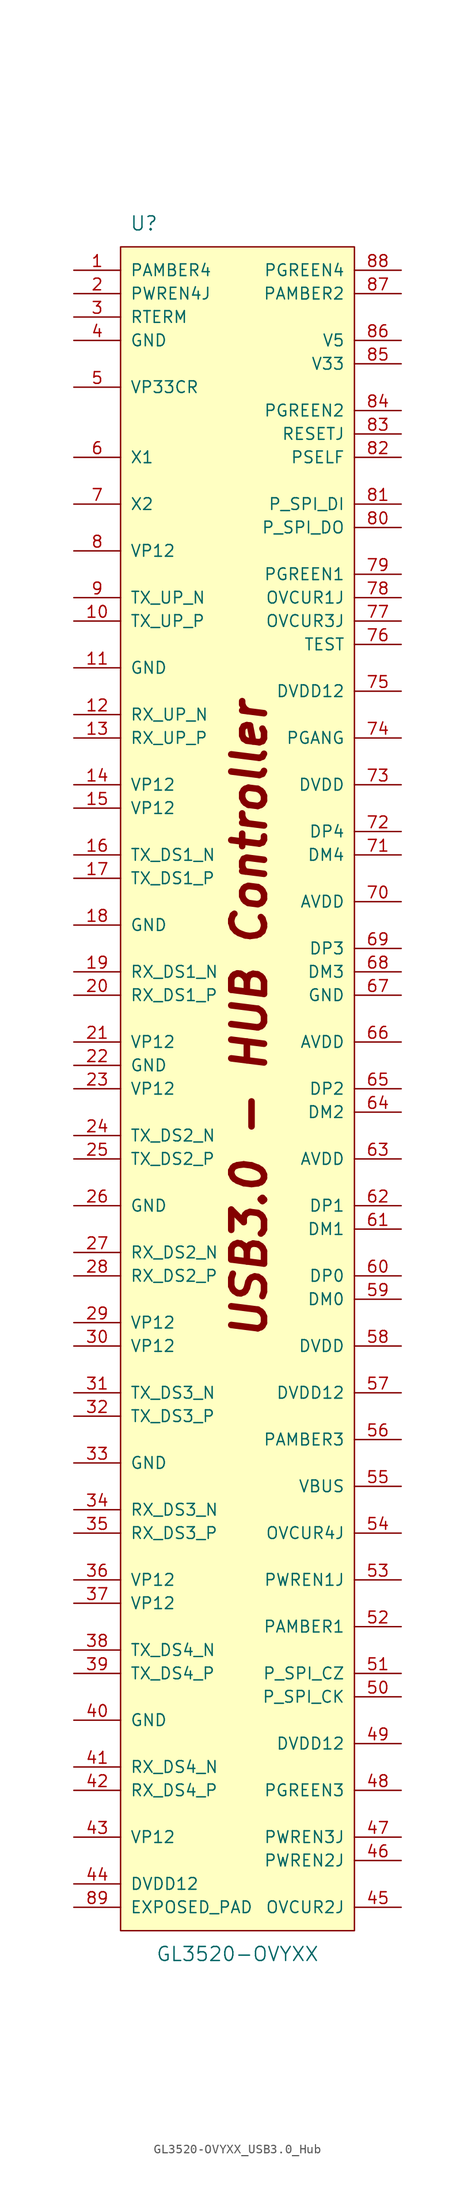
<source format=kicad_sym>
(kicad_symbol_lib
  (version 20220914)
  (generator kicad_symbol_editor)
  (symbol "GL3520-OVYXX_USB3.0_Hub"
    (pin_names
      (offset 1.016))
    (property "Reference" "U"
      (at -10.16 86.36 0)
      (effects (font (size 1.524 1.524))))
    (property "Value" "GL3520-OVYXX"
      (at 0 -101.6 0)
      (effects (font (size 1.524 1.524))))
    (symbol "GL3520-OVYXX_USB3.0_Hub_0_1"
      (rectangle (start -12.7 83.82) (end 12.7 -99.06) (stroke (width 0) (type solid)) (fill (type background))))
    (symbol "GL3520-OVYXX_USB3.0_Hub_1_0"
      (text "USB3.0 - HUB Controller" (at 1.27 0 900) (effects (font (size 3.556 3.556) bold italic))))
    (symbol "GL3520-OVYXX_USB3.0_Hub_1_1"
      (pin bidirectional line (at -17.78 81.28 0) (length 5.08) (name "PAMBER4" (effects (font (size 1.27 1.27)))) (number "1" (effects (font (size 1.27 1.27)))))
      (pin output line (at -17.78 43.18 0) (length 5.08) (name "TX_UP_P" (effects (font (size 1.27 1.27)))) (number "10" (effects (font (size 1.27 1.27)))))
      (pin power_in line (at -17.78 38.1 0) (length 5.08) (name "GND" (effects (font (size 1.27 1.27)))) (number "11" (effects (font (size 1.27 1.27)))))
      (pin input line (at -17.78 33.02 0) (length 5.08) (name "RX_UP_N" (effects (font (size 1.27 1.27)))) (number "12" (effects (font (size 1.27 1.27)))))
      (pin input line (at -17.78 30.48 0) (length 5.08) (name "RX_UP_P" (effects (font (size 1.27 1.27)))) (number "13" (effects (font (size 1.27 1.27)))))
      (pin power_in line (at -17.78 25.4 0) (length 5.08) (name "VP12" (effects (font (size 1.27 1.27)))) (number "14" (effects (font (size 1.27 1.27)))))
      (pin power_in line (at -17.78 22.86 0) (length 5.08) (name "VP12" (effects (font (size 1.27 1.27)))) (number "15" (effects (font (size 1.27 1.27)))))
      (pin output line (at -17.78 17.78 0) (length 5.08) (name "TX_DS1_N" (effects (font (size 1.27 1.27)))) (number "16" (effects (font (size 1.27 1.27)))))
      (pin output line (at -17.78 15.24 0) (length 5.08) (name "TX_DS1_P" (effects (font (size 1.27 1.27)))) (number "17" (effects (font (size 1.27 1.27)))))
      (pin power_in line (at -17.78 10.16 0) (length 5.08) (name "GND" (effects (font (size 1.27 1.27)))) (number "18" (effects (font (size 1.27 1.27)))))
      (pin input line (at -17.78 5.08 0) (length 5.08) (name "RX_DS1_N" (effects (font (size 1.27 1.27)))) (number "19" (effects (font (size 1.27 1.27)))))
      (pin bidirectional line (at -17.78 78.74 0) (length 5.08) (name "PWREN4J" (effects (font (size 1.27 1.27)))) (number "2" (effects (font (size 1.27 1.27)))))
      (pin input line (at -17.78 2.54 0) (length 5.08) (name "RX_DS1_P" (effects (font (size 1.27 1.27)))) (number "20" (effects (font (size 1.27 1.27)))))
      (pin power_in line (at -17.78 -2.54 0) (length 5.08) (name "VP12" (effects (font (size 1.27 1.27)))) (number "21" (effects (font (size 1.27 1.27)))))
      (pin power_in line (at -17.78 -5.08 0) (length 5.08) (name "GND" (effects (font (size 1.27 1.27)))) (number "22" (effects (font (size 1.27 1.27)))))
      (pin power_in line (at -17.78 -7.62 0) (length 5.08) (name "VP12" (effects (font (size 1.27 1.27)))) (number "23" (effects (font (size 1.27 1.27)))))
      (pin output line (at -17.78 -12.7 0) (length 5.08) (name "TX_DS2_N" (effects (font (size 1.27 1.27)))) (number "24" (effects (font (size 1.27 1.27)))))
      (pin output line (at -17.78 -15.24 0) (length 5.08) (name "TX_DS2_P" (effects (font (size 1.27 1.27)))) (number "25" (effects (font (size 1.27 1.27)))))
      (pin power_in line (at -17.78 -20.32 0) (length 5.08) (name "GND" (effects (font (size 1.27 1.27)))) (number "26" (effects (font (size 1.27 1.27)))))
      (pin input line (at -17.78 -25.4 0) (length 5.08) (name "RX_DS2_N" (effects (font (size 1.27 1.27)))) (number "27" (effects (font (size 1.27 1.27)))))
      (pin input line (at -17.78 -27.94 0) (length 5.08) (name "RX_DS2_P" (effects (font (size 1.27 1.27)))) (number "28" (effects (font (size 1.27 1.27)))))
      (pin power_in line (at -17.78 -33.02 0) (length 5.08) (name "VP12" (effects (font (size 1.27 1.27)))) (number "29" (effects (font (size 1.27 1.27)))))
      (pin input line (at -17.78 76.2 0) (length 5.08) (name "RTERM" (effects (font (size 1.27 1.27)))) (number "3" (effects (font (size 1.27 1.27)))))
      (pin power_in line (at -17.78 -35.56 0) (length 5.08) (name "VP12" (effects (font (size 1.27 1.27)))) (number "30" (effects (font (size 1.27 1.27)))))
      (pin output line (at -17.78 -40.64 0) (length 5.08) (name "TX_DS3_N" (effects (font (size 1.27 1.27)))) (number "31" (effects (font (size 1.27 1.27)))))
      (pin output line (at -17.78 -43.18 0) (length 5.08) (name "TX_DS3_P" (effects (font (size 1.27 1.27)))) (number "32" (effects (font (size 1.27 1.27)))))
      (pin power_in line (at -17.78 -48.26 0) (length 5.08) (name "GND" (effects (font (size 1.27 1.27)))) (number "33" (effects (font (size 1.27 1.27)))))
      (pin input line (at -17.78 -53.34 0) (length 5.08) (name "RX_DS3_N" (effects (font (size 1.27 1.27)))) (number "34" (effects (font (size 1.27 1.27)))))
      (pin input line (at -17.78 -55.88 0) (length 5.08) (name "RX_DS3_P" (effects (font (size 1.27 1.27)))) (number "35" (effects (font (size 1.27 1.27)))))
      (pin power_in line (at -17.78 -60.96 0) (length 5.08) (name "VP12" (effects (font (size 1.27 1.27)))) (number "36" (effects (font (size 1.27 1.27)))))
      (pin power_in line (at -17.78 -63.5 0) (length 5.08) (name "VP12" (effects (font (size 1.27 1.27)))) (number "37" (effects (font (size 1.27 1.27)))))
      (pin output line (at -17.78 -68.58 0) (length 5.08) (name "TX_DS4_N" (effects (font (size 1.27 1.27)))) (number "38" (effects (font (size 1.27 1.27)))))
      (pin output line (at -17.78 -71.12 0) (length 5.08) (name "TX_DS4_P" (effects (font (size 1.27 1.27)))) (number "39" (effects (font (size 1.27 1.27)))))
      (pin power_in line (at -17.78 73.66 0) (length 5.08) (name "GND" (effects (font (size 1.27 1.27)))) (number "4" (effects (font (size 1.27 1.27)))))
      (pin power_in line (at -17.78 -76.2 0) (length 5.08) (name "GND" (effects (font (size 1.27 1.27)))) (number "40" (effects (font (size 1.27 1.27)))))
      (pin input line (at -17.78 -81.28 0) (length 5.08) (name "RX_DS4_N" (effects (font (size 1.27 1.27)))) (number "41" (effects (font (size 1.27 1.27)))))
      (pin input line (at -17.78 -83.82 0) (length 5.08) (name "RX_DS4_P" (effects (font (size 1.27 1.27)))) (number "42" (effects (font (size 1.27 1.27)))))
      (pin power_in line (at -17.78 -88.9 0) (length 5.08) (name "VP12" (effects (font (size 1.27 1.27)))) (number "43" (effects (font (size 1.27 1.27)))))
      (pin power_in line (at -17.78 -93.98 0) (length 5.08) (name "DVDD12" (effects (font (size 1.27 1.27)))) (number "44" (effects (font (size 1.27 1.27)))))
      (pin input line (at 17.78 -96.52 180) (length 5.08) (name "OVCUR2J" (effects (font (size 1.27 1.27)))) (number "45" (effects (font (size 1.27 1.27)))))
      (pin bidirectional line (at 17.78 -91.44 180) (length 5.08) (name "PWREN2J" (effects (font (size 1.27 1.27)))) (number "46" (effects (font (size 1.27 1.27)))))
      (pin bidirectional line (at 17.78 -88.9 180) (length 5.08) (name "PWREN3J" (effects (font (size 1.27 1.27)))) (number "47" (effects (font (size 1.27 1.27)))))
      (pin bidirectional line (at 17.78 -83.82 180) (length 5.08) (name "PGREEN3" (effects (font (size 1.27 1.27)))) (number "48" (effects (font (size 1.27 1.27)))))
      (pin power_in line (at 17.78 -78.74 180) (length 5.08) (name "DVDD12" (effects (font (size 1.27 1.27)))) (number "49" (effects (font (size 1.27 1.27)))))
      (pin power_in line (at -17.78 68.58 0) (length 5.08) (name "VP33CR" (effects (font (size 1.27 1.27)))) (number "5" (effects (font (size 1.27 1.27)))))
      (pin bidirectional line (at 17.78 -73.66 180) (length 5.08) (name "P_SPI_CK" (effects (font (size 1.27 1.27)))) (number "50" (effects (font (size 1.27 1.27)))))
      (pin bidirectional line (at 17.78 -71.12 180) (length 5.08) (name "P_SPI_CZ" (effects (font (size 1.27 1.27)))) (number "51" (effects (font (size 1.27 1.27)))))
      (pin bidirectional line (at 17.78 -66.04 180) (length 5.08) (name "PAMBER1" (effects (font (size 1.27 1.27)))) (number "52" (effects (font (size 1.27 1.27)))))
      (pin bidirectional line (at 17.78 -60.96 180) (length 5.08) (name "PWREN1J" (effects (font (size 1.27 1.27)))) (number "53" (effects (font (size 1.27 1.27)))))
      (pin input line (at 17.78 -55.88 180) (length 5.08) (name "OVCUR4J" (effects (font (size 1.27 1.27)))) (number "54" (effects (font (size 1.27 1.27)))))
      (pin input line (at 17.78 -50.8 180) (length 5.08) (name "VBUS" (effects (font (size 1.27 1.27)))) (number "55" (effects (font (size 1.27 1.27)))))
      (pin bidirectional line (at 17.78 -45.72 180) (length 5.08) (name "PAMBER3" (effects (font (size 1.27 1.27)))) (number "56" (effects (font (size 1.27 1.27)))))
      (pin power_in line (at 17.78 -40.64 180) (length 5.08) (name "DVDD12" (effects (font (size 1.27 1.27)))) (number "57" (effects (font (size 1.27 1.27)))))
      (pin power_in line (at 17.78 -35.56 180) (length 5.08) (name "DVDD" (effects (font (size 1.27 1.27)))) (number "58" (effects (font (size 1.27 1.27)))))
      (pin bidirectional line (at 17.78 -30.48 180) (length 5.08) (name "DM0" (effects (font (size 1.27 1.27)))) (number "59" (effects (font (size 1.27 1.27)))))
      (pin input line (at -17.78 60.96 0) (length 5.08) (name "X1" (effects (font (size 1.27 1.27)))) (number "6" (effects (font (size 1.27 1.27)))))
      (pin bidirectional line (at 17.78 -27.94 180) (length 5.08) (name "DP0" (effects (font (size 1.27 1.27)))) (number "60" (effects (font (size 1.27 1.27)))))
      (pin bidirectional line (at 17.78 -22.86 180) (length 5.08) (name "DM1" (effects (font (size 1.27 1.27)))) (number "61" (effects (font (size 1.27 1.27)))))
      (pin bidirectional line (at 17.78 -20.32 180) (length 5.08) (name "DP1" (effects (font (size 1.27 1.27)))) (number "62" (effects (font (size 1.27 1.27)))))
      (pin power_in line (at 17.78 -15.24 180) (length 5.08) (name "AVDD" (effects (font (size 1.27 1.27)))) (number "63" (effects (font (size 1.27 1.27)))))
      (pin bidirectional line (at 17.78 -10.16 180) (length 5.08) (name "DM2" (effects (font (size 1.27 1.27)))) (number "64" (effects (font (size 1.27 1.27)))))
      (pin bidirectional line (at 17.78 -7.62 180) (length 5.08) (name "DP2" (effects (font (size 1.27 1.27)))) (number "65" (effects (font (size 1.27 1.27)))))
      (pin power_in line (at 17.78 -2.54 180) (length 5.08) (name "AVDD" (effects (font (size 1.27 1.27)))) (number "66" (effects (font (size 1.27 1.27)))))
      (pin power_in line (at 17.78 2.54 180) (length 5.08) (name "GND" (effects (font (size 1.27 1.27)))) (number "67" (effects (font (size 1.27 1.27)))))
      (pin bidirectional line (at 17.78 5.08 180) (length 5.08) (name "DM3" (effects (font (size 1.27 1.27)))) (number "68" (effects (font (size 1.27 1.27)))))
      (pin bidirectional line (at 17.78 7.62 180) (length 5.08) (name "DP3" (effects (font (size 1.27 1.27)))) (number "69" (effects (font (size 1.27 1.27)))))
      (pin output line (at -17.78 55.88 0) (length 5.08) (name "X2" (effects (font (size 1.27 1.27)))) (number "7" (effects (font (size 1.27 1.27)))))
      (pin power_in line (at 17.78 12.7 180) (length 5.08) (name "AVDD" (effects (font (size 1.27 1.27)))) (number "70" (effects (font (size 1.27 1.27)))))
      (pin bidirectional line (at 17.78 17.78 180) (length 5.08) (name "DM4" (effects (font (size 1.27 1.27)))) (number "71" (effects (font (size 1.27 1.27)))))
      (pin bidirectional line (at 17.78 20.32 180) (length 5.08) (name "DP4" (effects (font (size 1.27 1.27)))) (number "72" (effects (font (size 1.27 1.27)))))
      (pin power_in line (at 17.78 25.4 180) (length 5.08) (name "DVDD" (effects (font (size 1.27 1.27)))) (number "73" (effects (font (size 1.27 1.27)))))
      (pin input line (at 17.78 30.48 180) (length 5.08) (name "PGANG" (effects (font (size 1.27 1.27)))) (number "74" (effects (font (size 1.27 1.27)))))
      (pin power_in line (at 17.78 35.56 180) (length 5.08) (name "DVDD12" (effects (font (size 1.27 1.27)))) (number "75" (effects (font (size 1.27 1.27)))))
      (pin bidirectional line (at 17.78 40.64 180) (length 5.08) (name "TEST" (effects (font (size 1.27 1.27)))) (number "76" (effects (font (size 1.27 1.27)))))
      (pin input line (at 17.78 43.18 180) (length 5.08) (name "OVCUR3J" (effects (font (size 1.27 1.27)))) (number "77" (effects (font (size 1.27 1.27)))))
      (pin input line (at 17.78 45.72 180) (length 5.08) (name "OVCUR1J" (effects (font (size 1.27 1.27)))) (number "78" (effects (font (size 1.27 1.27)))))
      (pin bidirectional line (at 17.78 48.26 180) (length 5.08) (name "PGREEN1" (effects (font (size 1.27 1.27)))) (number "79" (effects (font (size 1.27 1.27)))))
      (pin power_in line (at -17.78 50.8 0) (length 5.08) (name "VP12" (effects (font (size 1.27 1.27)))) (number "8" (effects (font (size 1.27 1.27)))))
      (pin bidirectional line (at 17.78 53.34 180) (length 5.08) (name "P_SPI_DO" (effects (font (size 1.27 1.27)))) (number "80" (effects (font (size 1.27 1.27)))))
      (pin bidirectional line (at 17.78 55.88 180) (length 5.08) (name "P_SPI_DI" (effects (font (size 1.27 1.27)))) (number "81" (effects (font (size 1.27 1.27)))))
      (pin input line (at 17.78 60.96 180) (length 5.08) (name "PSELF" (effects (font (size 1.27 1.27)))) (number "82" (effects (font (size 1.27 1.27)))))
      (pin input line (at 17.78 63.5 180) (length 5.08) (name "RESETJ" (effects (font (size 1.27 1.27)))) (number "83" (effects (font (size 1.27 1.27)))))
      (pin bidirectional line (at 17.78 66.04 180) (length 5.08) (name "PGREEN2" (effects (font (size 1.27 1.27)))) (number "84" (effects (font (size 1.27 1.27)))))
      (pin power_in line (at 17.78 71.12 180) (length 5.08) (name "V33" (effects (font (size 1.27 1.27)))) (number "85" (effects (font (size 1.27 1.27)))))
      (pin power_in line (at 17.78 73.66 180) (length 5.08) (name "V5" (effects (font (size 1.27 1.27)))) (number "86" (effects (font (size 1.27 1.27)))))
      (pin bidirectional line (at 17.78 78.74 180) (length 5.08) (name "PAMBER2" (effects (font (size 1.27 1.27)))) (number "87" (effects (font (size 1.27 1.27)))))
      (pin bidirectional line (at 17.78 81.28 180) (length 5.08) (name "PGREEN4" (effects (font (size 1.27 1.27)))) (number "88" (effects (font (size 1.27 1.27)))))
      (pin power_in line (at -17.78 -96.52 0) (length 5.08) (name "EXPOSED_PAD" (effects (font (size 1.27 1.27)))) (number "89" (effects (font (size 1.27 1.27)))))
      (pin output line (at -17.78 45.72 0) (length 5.08) (name "TX_UP_N" (effects (font (size 1.27 1.27)))) (number "9" (effects (font (size 1.27 1.27))))))))
</source>
